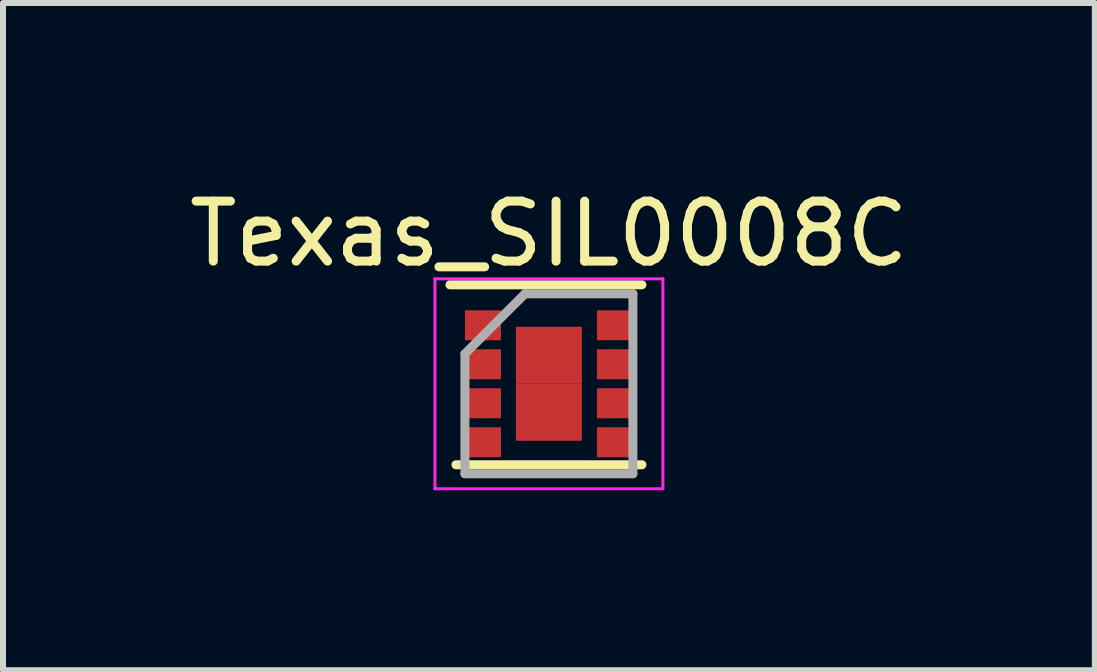
<source format=kicad_pcb>
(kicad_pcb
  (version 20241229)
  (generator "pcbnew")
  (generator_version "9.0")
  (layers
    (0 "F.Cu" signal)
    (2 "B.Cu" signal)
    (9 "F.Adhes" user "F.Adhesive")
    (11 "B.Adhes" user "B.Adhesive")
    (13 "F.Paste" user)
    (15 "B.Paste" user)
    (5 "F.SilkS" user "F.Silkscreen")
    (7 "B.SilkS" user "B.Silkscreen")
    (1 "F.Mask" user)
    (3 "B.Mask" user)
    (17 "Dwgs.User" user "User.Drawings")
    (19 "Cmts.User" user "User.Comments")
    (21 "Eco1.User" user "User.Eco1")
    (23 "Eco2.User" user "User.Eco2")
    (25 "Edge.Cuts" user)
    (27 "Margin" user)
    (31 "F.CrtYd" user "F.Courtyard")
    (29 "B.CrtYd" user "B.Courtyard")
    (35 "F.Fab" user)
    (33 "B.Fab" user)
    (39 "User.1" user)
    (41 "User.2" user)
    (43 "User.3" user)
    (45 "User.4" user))
  (footprint "Texas_SIL0008C"
    (layer "F.Cu")
    (at 6.101 3.348)
    (property "Reference" "Texas_SIL0008C" (at 0 -2.5 0) (layer "F.SilkS") (effects (font (size 1 1) (thickness 0.15))))
    (attr smd)
    (fp_line (start 1.55 -1.65) (end -1.65 -1.65) (stroke (width 0.15) (type solid)) (layer "F.SilkS"))
    (fp_line (start 1.55 1.35) (end -1.55 1.35) (stroke (width 0.15) (type solid)) (layer "F.SilkS"))
    (fp_line (start -1.9 -1.75) (end 1.9 -1.75) (stroke (width 0.05) (type solid)) (layer "F.CrtYd"))
    (fp_line (start -1.9 1.75) (end -1.9 -1.75) (stroke (width 0.05) (type solid)) (layer "F.CrtYd"))
    (fp_line (start 1.9 -1.75) (end 1.9 1.75) (stroke (width 0.05) (type solid)) (layer "F.CrtYd"))
    (fp_line (start 1.9 1.75) (end -1.9 1.75) (stroke (width 0.05) (type solid)) (layer "F.CrtYd"))
    (fp_line (start -1.4 -0.5) (end -1.4 1.5) (stroke (width 0.15) (type solid)) (layer "F.Fab"))
    (fp_line (start -1.4 1.5) (end 1.4 1.5) (stroke (width 0.15) (type solid)) (layer "F.Fab"))
    (fp_line (start -0.4 -1.5) (end -1.4 -0.5) (stroke (width 0.15) (type solid)) (layer "F.Fab"))
    (fp_line (start 1.4 -1.5) (end -0.4 -1.5) (stroke (width 0.15) (type solid)) (layer "F.Fab"))
    (fp_line (start 1.4 1.5) (end 1.4 -1.5) (stroke (width 0.15) (type solid)) (layer "F.Fab"))
    (pad "1" smd rect (at -1.1 -0.975 90) (size 0.5 0.6) (layers "F.Cu" "F.Mask" "F.Paste"))
    (pad "2" smd rect (at -1.1 -0.325 90) (size 0.5 0.6) (layers "F.Cu" "F.Mask" "F.Paste"))
    (pad "3" smd rect (at -1.1 0.325 90) (size 0.5 0.6) (layers "F.Cu" "F.Mask" "F.Paste"))
    (pad "4" smd rect (at -1.1 0.975 90) (size 0.5 0.6) (layers "F.Cu" "F.Mask" "F.Paste"))
    (pad "5" smd rect (at 1.1 0.975 90) (size 0.5 0.6) (layers "F.Cu" "F.Mask" "F.Paste"))
    (pad "6" smd rect (at 1.1 0.325 90) (size 0.5 0.6) (layers "F.Cu" "F.Mask" "F.Paste"))
    (pad "7" smd rect (at 1.1 -0.325 90) (size 0.5 0.6) (layers "F.Cu" "F.Mask" "F.Paste"))
    (pad "8" smd rect (at 1.1 -0.975 90) (size 0.5 0.6) (layers "F.Cu" "F.Mask" "F.Paste"))
    (pad "9" smd rect (at 0 -0.475) (size 1.1 0.95) (layers "F.Cu" "F.Mask" "F.Paste"))
    (pad "9" smd rect (at 0 0.475) (size 1.1 0.95) (layers "F.Cu" "F.Mask" "F.Paste")))
  (gr_rect
    (start -3 -3)
    (end 15.202 8.123)
    (stroke (width 0.1) (type default))
    (fill no)
    (layer "Edge.Cuts")))
</source>
